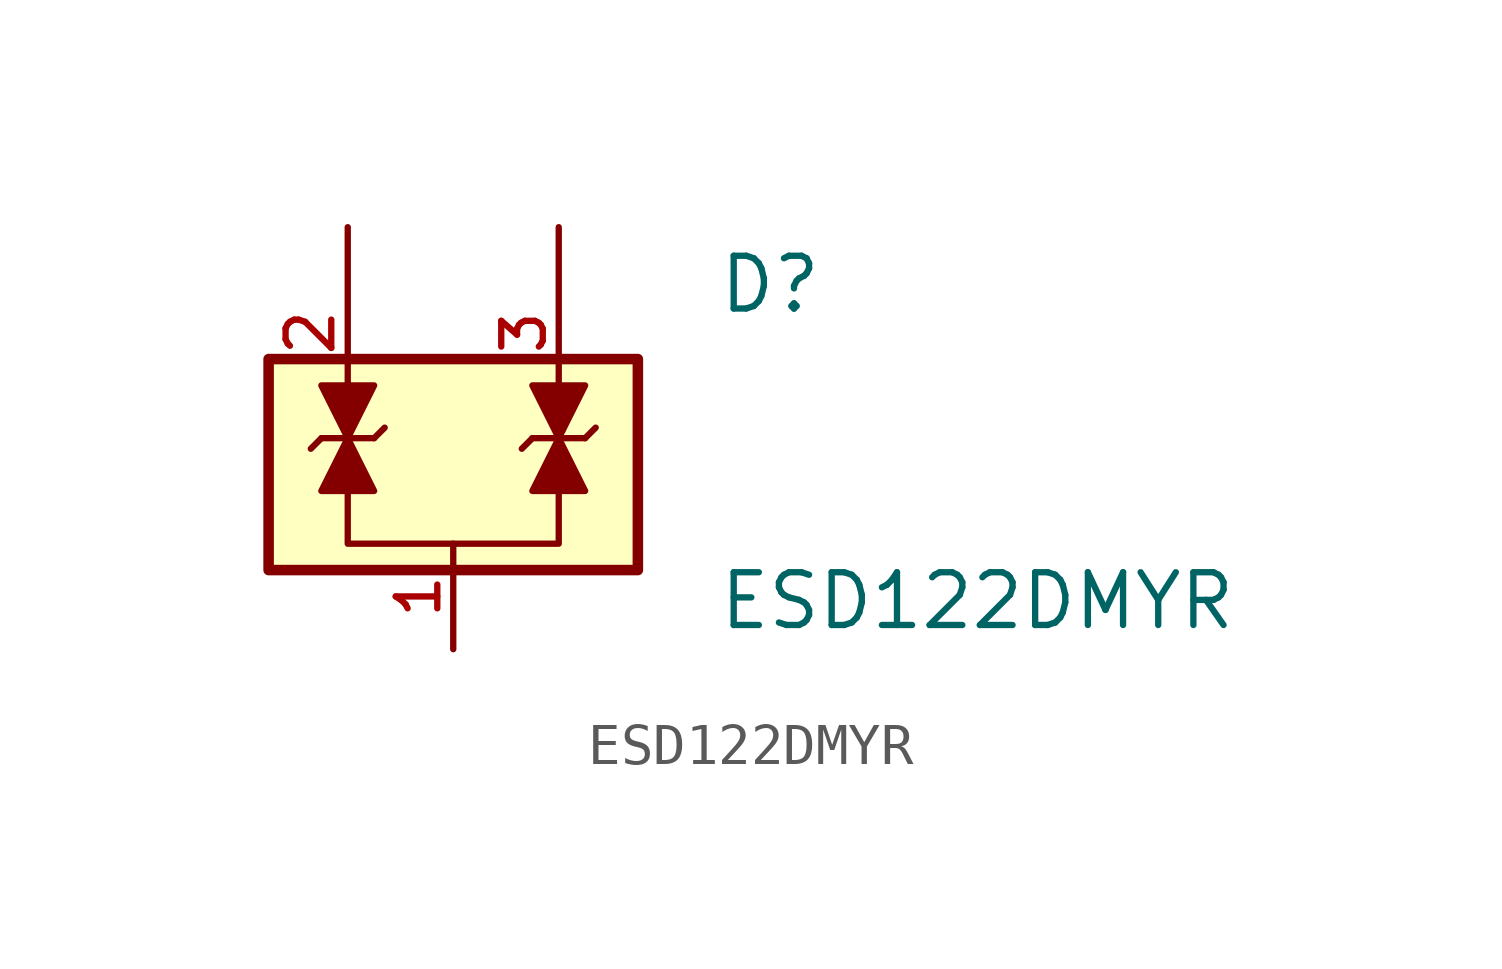
<source format=kicad_sym>
(kicad_symbol_lib
  (version 20230620)
  (generator kicad_symbol_editor)
  (symbol "ESD122DMYR"
    (property "Reference" "D"
      (at 6.35 4.445 0)
      (effects (font (size 1.27 1.27)) (justify left top)))
    (property "Value" "ESD122DMYR"
      (at 6.35 -3.175 0)
      (effects (font (size 1.27 1.27)) (justify left top)))
    (symbol "ESD122DMYR_1_1"
      (rectangle (start -4.445 1.905) (end 4.445 -3.175) (stroke (width 0.254) (type default)) (fill (type background)))
      (polyline (pts (xy -3.175 0) (xy -3.429 -0.254)) (stroke (width 0) (type default)) (fill (type none)))
      (polyline (pts (xy -3.175 0) (xy -1.905 0)) (stroke (width 0) (type default)) (fill (type none)))
      (polyline (pts (xy -1.905 0) (xy -1.651 0.254)) (stroke (width 0) (type default)) (fill (type none)))
      (polyline (pts (xy 1.905 0) (xy 1.651 -0.254)) (stroke (width 0) (type default)) (fill (type none)))
      (polyline (pts (xy 1.905 0) (xy 3.175 0)) (stroke (width 0) (type default)) (fill (type none)))
      (polyline (pts (xy 3.175 0) (xy 3.429 0.254)) (stroke (width 0) (type default)) (fill (type none)))
      (polyline (pts (xy -2.54 0) (xy -3.175 -1.27) (xy -1.905 -1.27) (xy -2.54 0)) (stroke (width 0) (type default)) (fill (type outline)))
      (polyline (pts (xy -2.54 0) (xy -3.175 1.27) (xy -1.905 1.27) (xy -2.54 0)) (stroke (width 0) (type default)) (fill (type outline)))
      (polyline (pts (xy 2.54 0) (xy 1.905 -1.27) (xy 3.175 -1.27) (xy 2.54 0)) (stroke (width 0) (type default)) (fill (type outline)))
      (polyline (pts (xy 2.54 0) (xy 1.905 1.27) (xy 3.175 1.27) (xy 2.54 0)) (stroke (width 0) (type default)) (fill (type outline)))
      (polyline (pts (xy -2.54 -1.27) (xy -2.54 -1.905) (xy -2.54 -2.54) (xy 2.54 -2.54) (xy 2.54 -1.27)) (stroke (width 0) (type default)) (fill (type none)))
      (pin power_in line (at 0 -5.08 90) (length 2.54) (name "" (effects (font (size 1 1)))) (number "1" (effects (font (size 1 1)))))
      (pin input line (at -2.54 5.08 270) (length 5.08) (name "" (effects (font (size 1.1 1.1)))) (number "2" (effects (font (size 1.1 1.1)))))
      (pin input line (at 2.54 5.08 270) (length 5.08) (name "" (effects (font (size 1 1)))) (number "3" (effects (font (size 1 1))))))))
</source>
